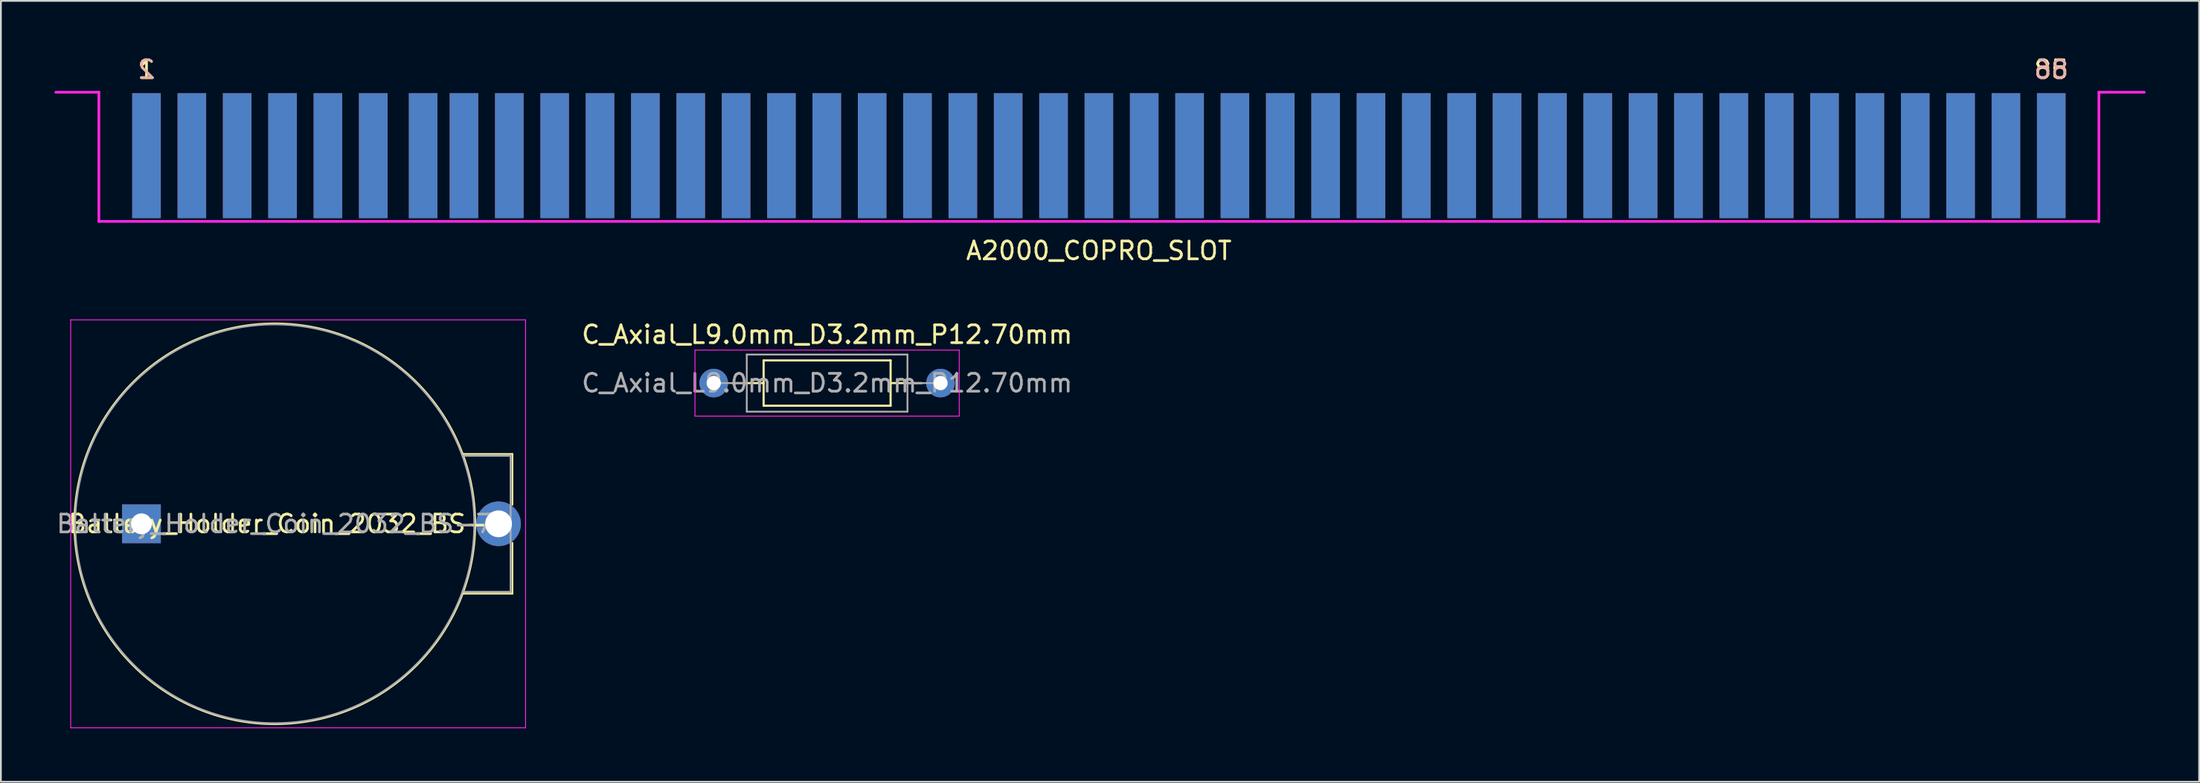
<source format=kicad_pcb>
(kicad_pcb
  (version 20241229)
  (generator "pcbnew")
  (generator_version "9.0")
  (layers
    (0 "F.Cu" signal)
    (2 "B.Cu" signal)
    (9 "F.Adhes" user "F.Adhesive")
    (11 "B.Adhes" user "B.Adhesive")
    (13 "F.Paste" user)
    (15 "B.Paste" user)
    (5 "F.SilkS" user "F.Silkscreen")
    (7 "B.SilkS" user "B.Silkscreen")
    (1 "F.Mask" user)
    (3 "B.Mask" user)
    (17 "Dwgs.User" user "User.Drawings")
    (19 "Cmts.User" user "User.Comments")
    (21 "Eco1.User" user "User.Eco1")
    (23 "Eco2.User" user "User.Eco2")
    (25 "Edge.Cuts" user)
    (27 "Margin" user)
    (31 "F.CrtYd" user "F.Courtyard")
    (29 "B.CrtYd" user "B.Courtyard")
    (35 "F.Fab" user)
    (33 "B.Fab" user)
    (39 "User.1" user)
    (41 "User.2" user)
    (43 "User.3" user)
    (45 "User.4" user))
  (footprint "Battery_Holder_Coin_2032_BS-7"
    (layer "F.Cu")
    (at 4.872 26.303)
    (property "Reference" "Battery_Holder_Coin_2032_BS-7" (at 8.128 0 0) (layer "F.SilkS") (effects (font (size 1 1) (thickness 0.15))))
    (attr through_hole)
    (fp_line (start 18.034 -3.912) (end 20.777 -3.912) (stroke (width 0.1) (type solid)) (layer "F.SilkS"))
    (fp_line (start 18.034 3.912) (end 20.777 3.912) (stroke (width 0.1) (type solid)) (layer "F.SilkS"))
    (fp_line (start 20.777 -3.912) (end 20.777 -1.067) (stroke (width 0.1) (type solid)) (layer "F.SilkS"))
    (fp_line (start 20.777 3.912) (end 20.777 1.067) (stroke (width 0.1) (type solid)) (layer "F.SilkS"))
    (fp_circle (center 7.468 0) (end -3.759 0) (stroke (width 0.1) (type solid)) (fill no) (layer "F.SilkS"))
    (fp_line (start -3.962 -11.43) (end -3.962 11.43) (stroke (width 0.05) (type solid)) (layer "F.CrtYd"))
    (fp_line (start -3.962 -11.43) (end 21.514 -11.43) (stroke (width 0.05) (type solid)) (layer "F.CrtYd"))
    (fp_line (start -3.962 11.43) (end 21.514 11.43) (stroke (width 0.05) (type solid)) (layer "F.CrtYd"))
    (fp_line (start 21.514 -11.43) (end 21.514 11.43) (stroke (width 0.05) (type solid)) (layer "F.CrtYd"))
    (fp_line (start 17.983 -3.81) (end 20.676 -3.81) (stroke (width 0.1) (type solid)) (layer "F.Fab"))
    (fp_line (start 17.983 3.81) (end 20.676 3.81) (stroke (width 0.1) (type solid)) (layer "F.Fab"))
    (fp_line (start 20.676 -3.81) (end 20.676 3.81) (stroke (width 0.1) (type solid)) (layer "F.Fab"))
    (fp_circle (center 7.468 0) (end -3.708 0) (stroke (width 0.1) (type solid)) (fill no) (layer "F.Fab"))
    (fp_text user "${REFERENCE}" (at 7.468 0 0) (layer "F.Fab") (effects (font (size 1 1) (thickness 0.15))))
    (pad "1" thru_hole circle (at 20 0) (size 2.5 2.5) (drill 1.5) (layers "*.Cu" "*.Mask"))
    (pad "2" thru_hole rect (at 0 0) (size 2.17 2.17) (drill 1.17) (layers "*.Cu" "*.Mask")))
  (footprint "A2000_COPRO_SLOT"
    (layer "F.Cu")
    (at 25.475 10.5)
    (property "Reference" "A2000_COPRO_SLOT" (at 33.02 0.5 0) (layer "F.SilkS") (effects (font (size 1 1) (thickness 0.15))))
    (attr through_hole)
    (fp_line (start -22.987 -8.382) (end -25.4 -8.382) (stroke (width 0.15) (type solid)) (layer "F.CrtYd"))
    (fp_line (start -22.987 -1.143) (end -22.987 -8.382) (stroke (width 0.15) (type solid)) (layer "F.CrtYd"))
    (fp_line (start 89.027 -8.382) (end 89.027 -1.143) (stroke (width 0.15) (type solid)) (layer "F.CrtYd"))
    (fp_line (start 89.027 -8.382) (end 91.567 -8.382) (stroke (width 0.15) (type solid)) (layer "F.CrtYd"))
    (fp_line (start 89.027 -1.143) (end -22.987 -1.143) (stroke (width 0.15) (type solid)) (layer "F.CrtYd"))
    (fp_text user "85" (at 86.36 -9.652 0) (layer "F.SilkS") (effects (font (size 1 1) (thickness 0.15))))
    (fp_text user "1" (at -20.32 -9.652 0) (layer "F.SilkS") (effects (font (size 1 1) (thickness 0.15))))
    (fp_text user "86" (at 86.36 -9.652 0) (layer "B.SilkS") (effects (font (size 1 1) (thickness 0.15)) (justify mirror)))
    (fp_text user "2" (at -20.32 -9.652 0) (layer "B.SilkS") (effects (font (size 1 1) (thickness 0.15)) (justify mirror)))
    (pad "" smd rect (at 33.02 -4.699) (size 112.014 7.239) (layers "*.Mask"))
    (pad "1" smd rect (at -20.32 -4.826) (size 1.6 7) (layers "F.Cu" "F.Mask" "F.Paste"))
    (pad "2" smd rect (at -20.32 -4.826) (size 1.6 7) (layers "B.Cu" "B.Mask" "B.Paste"))
    (pad "3" smd rect (at -17.78 -4.826) (size 1.6 7) (layers "F.Cu" "F.Mask" "F.Paste"))
    (pad "4" smd rect (at -17.78 -4.826) (size 1.6 7) (layers "B.Cu" "B.Mask" "B.Paste"))
    (pad "5" smd rect (at -15.24 -4.826) (size 1.6 7) (layers "F.Cu" "F.Mask" "F.Paste"))
    (pad "6" smd rect (at -15.24 -4.826) (size 1.6 7) (layers "B.Cu" "B.Mask" "B.Paste"))
    (pad "7" smd rect (at -12.7 -4.826) (size 1.6 7) (layers "F.Cu" "F.Mask" "F.Paste"))
    (pad "8" smd rect (at -12.7 -4.826) (size 1.6 7) (layers "B.Cu" "B.Mask" "B.Paste"))
    (pad "9" smd rect (at -10.16 -4.826) (size 1.6 7) (layers "F.Cu" "F.Mask" "F.Paste"))
    (pad "10" smd rect (at -10.16 -4.826) (size 1.6 7) (layers "B.Cu" "B.Mask" "B.Paste"))
    (pad "11" smd rect (at -7.62 -4.826) (size 1.6 7) (layers "F.Cu" "F.Mask" "F.Paste"))
    (pad "12" smd rect (at -7.62 -4.826) (size 1.6 7) (layers "B.Cu" "B.Mask" "B.Paste"))
    (pad "13" smd rect (at -4.826 -4.826) (size 1.6 7) (layers "F.Cu" "F.Mask" "F.Paste"))
    (pad "14" smd rect (at -4.826 -4.826) (size 1.6 7) (layers "B.Cu" "B.Mask" "B.Paste"))
    (pad "15" smd rect (at -2.54 -4.826) (size 1.6 7) (layers "F.Cu" "F.Mask" "F.Paste"))
    (pad "16" smd rect (at -2.54 -4.826) (size 1.6 7) (layers "B.Cu" "B.Mask" "B.Paste"))
    (pad "17" smd rect (at 0 -4.826) (size 1.6 7) (layers "F.Cu" "F.Mask" "F.Paste"))
    (pad "18" smd rect (at 0 -4.826) (size 1.6 7) (layers "B.Cu" "B.Mask" "B.Paste"))
    (pad "19" smd rect (at 2.54 -4.826) (size 1.6 7) (layers "F.Cu" "F.Mask" "F.Paste"))
    (pad "20" smd rect (at 2.54 -4.826) (size 1.6 7) (layers "B.Cu" "B.Mask" "B.Paste"))
    (pad "21" smd rect (at 5.08 -4.826) (size 1.6 7) (layers "F.Cu" "F.Mask" "F.Paste"))
    (pad "22" smd rect (at 5.08 -4.826) (size 1.6 7) (layers "B.Cu" "B.Mask" "B.Paste"))
    (pad "23" smd rect (at 7.62 -4.826) (size 1.6 7) (layers "F.Cu" "F.Mask" "F.Paste"))
    (pad "24" smd rect (at 7.62 -4.826) (size 1.6 7) (layers "B.Cu" "B.Mask" "B.Paste"))
    (pad "25" smd rect (at 10.16 -4.826) (size 1.6 7) (layers "F.Cu" "F.Mask" "F.Paste"))
    (pad "26" smd rect (at 10.16 -4.826) (size 1.6 7) (layers "B.Cu" "B.Mask" "B.Paste"))
    (pad "27" smd rect (at 12.7 -4.826) (size 1.6 7) (layers "F.Cu" "F.Mask" "F.Paste"))
    (pad "28" smd rect (at 12.7 -4.826) (size 1.6 7) (layers "B.Cu" "B.Mask" "B.Paste"))
    (pad "29" smd rect (at 15.24 -4.826) (size 1.6 7) (layers "F.Cu" "F.Mask" "F.Paste"))
    (pad "30" smd rect (at 15.24 -4.826) (size 1.6 7) (layers "B.Cu" "B.Mask" "B.Paste"))
    (pad "31" smd rect (at 17.78 -4.826) (size 1.6 7) (layers "F.Cu" "F.Mask" "F.Paste"))
    (pad "32" smd rect (at 17.78 -4.826) (size 1.6 7) (layers "B.Cu" "B.Mask" "B.Paste"))
    (pad "33" smd rect (at 20.32 -4.826) (size 1.6 7) (layers "F.Cu" "F.Mask" "F.Paste"))
    (pad "34" smd rect (at 20.32 -4.826) (size 1.6 7) (layers "B.Cu" "B.Mask" "B.Paste"))
    (pad "35" smd rect (at 22.86 -4.826) (size 1.6 7) (layers "F.Cu" "F.Mask" "F.Paste"))
    (pad "36" smd rect (at 22.86 -4.826) (size 1.6 7) (layers "B.Cu" "B.Mask" "B.Paste"))
    (pad "37" smd rect (at 25.4 -4.826) (size 1.6 7) (layers "F.Cu" "F.Mask" "F.Paste"))
    (pad "38" smd rect (at 25.4 -4.826) (size 1.6 7) (layers "B.Cu" "B.Mask" "B.Paste"))
    (pad "39" smd rect (at 27.94 -4.826) (size 1.6 7) (layers "F.Cu" "F.Mask" "F.Paste"))
    (pad "40" smd rect (at 27.94 -4.826) (size 1.6 7) (layers "B.Cu" "B.Mask" "B.Paste"))
    (pad "41" smd rect (at 30.48 -4.826) (size 1.6 7) (layers "F.Cu" "F.Mask" "F.Paste"))
    (pad "42" smd rect (at 30.48 -4.826) (size 1.6 7) (layers "B.Cu" "B.Mask" "B.Paste"))
    (pad "43" smd rect (at 33.02 -4.826) (size 1.6 7) (layers "F.Cu" "F.Mask" "F.Paste"))
    (pad "44" smd rect (at 33.02 -4.826) (size 1.6 7) (layers "B.Cu" "B.Mask" "B.Paste"))
    (pad "45" smd rect (at 35.56 -4.826) (size 1.6 7) (layers "F.Cu" "F.Mask" "F.Paste"))
    (pad "46" smd rect (at 35.56 -4.826) (size 1.6 7) (layers "B.Cu" "B.Mask" "B.Paste"))
    (pad "47" smd rect (at 38.1 -4.826) (size 1.6 7) (layers "F.Cu" "F.Mask" "F.Paste"))
    (pad "48" smd rect (at 38.1 -4.826) (size 1.6 7) (layers "B.Cu" "B.Mask" "B.Paste"))
    (pad "49" smd rect (at 40.64 -4.826) (size 1.6 7) (layers "F.Cu" "F.Mask" "F.Paste"))
    (pad "50" smd rect (at 40.64 -4.826) (size 1.6 7) (layers "B.Cu" "B.Mask" "B.Paste"))
    (pad "51" smd rect (at 43.18 -4.826) (size 1.6 7) (layers "F.Cu" "F.Mask" "F.Paste"))
    (pad "52" smd rect (at 43.18 -4.826) (size 1.6 7) (layers "B.Cu" "B.Mask" "B.Paste"))
    (pad "53" smd rect (at 45.72 -4.826) (size 1.6 7) (layers "F.Cu" "F.Mask" "F.Paste"))
    (pad "54" smd rect (at 45.72 -4.826) (size 1.6 7) (layers "B.Cu" "B.Mask" "B.Paste"))
    (pad "55" smd rect (at 48.26 -4.826) (size 1.6 7) (layers "F.Cu" "F.Mask" "F.Paste"))
    (pad "56" smd rect (at 48.26 -4.826) (size 1.6 7) (layers "B.Cu" "B.Mask" "B.Paste"))
    (pad "57" smd rect (at 50.8 -4.826) (size 1.6 7) (layers "F.Cu" "F.Mask" "F.Paste"))
    (pad "58" smd rect (at 50.8 -4.826) (size 1.6 7) (layers "B.Cu" "B.Mask" "B.Paste"))
    (pad "59" smd rect (at 53.34 -4.826) (size 1.6 7) (layers "F.Cu" "F.Mask" "F.Paste"))
    (pad "60" smd rect (at 53.34 -4.826) (size 1.6 7) (layers "B.Cu" "B.Mask" "B.Paste"))
    (pad "61" smd rect (at 55.88 -4.826) (size 1.6 7) (layers "F.Cu" "F.Mask" "F.Paste"))
    (pad "62" smd rect (at 55.88 -4.826) (size 1.6 7) (layers "B.Cu" "B.Mask" "B.Paste"))
    (pad "63" smd rect (at 58.42 -4.826) (size 1.6 7) (layers "F.Cu" "F.Mask" "F.Paste"))
    (pad "64" smd rect (at 58.42 -4.826) (size 1.6 7) (layers "B.Cu" "B.Mask" "B.Paste"))
    (pad "65" smd rect (at 60.96 -4.826) (size 1.6 7) (layers "F.Cu" "F.Mask" "F.Paste"))
    (pad "66" smd rect (at 60.96 -4.826) (size 1.6 7) (layers "B.Cu" "B.Mask" "B.Paste"))
    (pad "67" smd rect (at 63.5 -4.826) (size 1.6 7) (layers "F.Cu" "F.Mask" "F.Paste"))
    (pad "68" smd rect (at 63.5 -4.826) (size 1.6 7) (layers "B.Cu" "B.Mask" "B.Paste"))
    (pad "69" smd rect (at 66.04 -4.826) (size 1.6 7) (layers "F.Cu" "F.Mask" "F.Paste"))
    (pad "70" smd rect (at 66.04 -4.826) (size 1.6 7) (layers "B.Cu" "B.Mask" "B.Paste"))
    (pad "71" smd rect (at 68.58 -4.826) (size 1.6 7) (layers "F.Cu" "F.Mask" "F.Paste"))
    (pad "72" smd rect (at 68.58 -4.826) (size 1.6 7) (layers "B.Cu" "B.Mask" "B.Paste"))
    (pad "73" smd rect (at 71.12 -4.826) (size 1.6 7) (layers "F.Cu" "F.Mask" "F.Paste"))
    (pad "74" smd rect (at 71.12 -4.826) (size 1.6 7) (layers "B.Cu" "B.Mask" "B.Paste"))
    (pad "75" smd rect (at 73.66 -4.826) (size 1.6 7) (layers "F.Cu" "F.Mask" "F.Paste"))
    (pad "76" smd rect (at 73.66 -4.826) (size 1.6 7) (layers "B.Cu" "B.Mask" "B.Paste"))
    (pad "77" smd rect (at 76.2 -4.826) (size 1.6 7) (layers "F.Cu" "F.Mask" "F.Paste"))
    (pad "78" smd rect (at 76.2 -4.826) (size 1.6 7) (layers "B.Cu" "B.Mask" "B.Paste"))
    (pad "79" smd rect (at 78.74 -4.826) (size 1.6 7) (layers "F.Cu" "F.Mask" "F.Paste"))
    (pad "80" smd rect (at 78.74 -4.826) (size 1.6 7) (layers "B.Cu" "B.Mask" "B.Paste"))
    (pad "81" smd rect (at 81.28 -4.826) (size 1.6 7) (layers "F.Cu" "F.Mask" "F.Paste"))
    (pad "82" smd rect (at 81.28 -4.826) (size 1.6 7) (layers "B.Cu" "B.Mask" "B.Paste"))
    (pad "83" smd rect (at 83.82 -4.826) (size 1.6 7) (layers "F.Cu" "F.Mask" "F.Paste"))
    (pad "84" smd rect (at 83.82 -4.826) (size 1.6 7) (layers "B.Cu" "B.Mask" "B.Paste"))
    (pad "85" smd rect (at 86.36 -4.826) (size 1.6 7) (layers "F.Cu" "F.Mask" "F.Paste"))
    (pad "86" smd rect (at 86.36 -4.826) (size 1.6 7) (layers "B.Cu" "B.Mask" "B.Paste")))
  (footprint "C_Axial_L9.0mm_D3.2mm_P12.70mm"
    (layer "F.Cu")
    (at 36.924 18.417)
    (property "Reference" "C_Axial_L9.0mm_D3.2mm_P12.70mm" (at 6.35 -2.72 0) (layer "F.SilkS") (effects (font (size 1 1) (thickness 0.15))))
    (attr through_hole)
    (fp_line (start 1.04 0) (end 2.794 0) (stroke (width 0.12) (type solid)) (layer "F.SilkS"))
    (fp_line (start 2.794 -1.27) (end 2.794 1.27) (stroke (width 0.12) (type solid)) (layer "F.SilkS"))
    (fp_line (start 2.794 1.27) (end 9.906 1.27) (stroke (width 0.12) (type solid)) (layer "F.SilkS"))
    (fp_line (start 9.906 -1.27) (end 2.794 -1.27) (stroke (width 0.12) (type solid)) (layer "F.SilkS"))
    (fp_line (start 9.906 1.27) (end 9.906 -1.27) (stroke (width 0.12) (type solid)) (layer "F.SilkS"))
    (fp_line (start 11.66 0) (end 9.906 0) (stroke (width 0.12) (type solid)) (layer "F.SilkS"))
    (fp_line (start -1.05 -1.85) (end -1.05 1.85) (stroke (width 0.05) (type solid)) (layer "F.CrtYd"))
    (fp_line (start -1.05 1.85) (end 13.75 1.85) (stroke (width 0.05) (type solid)) (layer "F.CrtYd"))
    (fp_line (start 13.75 -1.85) (end -1.05 -1.85) (stroke (width 0.05) (type solid)) (layer "F.CrtYd"))
    (fp_line (start 13.75 1.85) (end 13.75 -1.85) (stroke (width 0.05) (type solid)) (layer "F.CrtYd"))
    (fp_line (start 0 0) (end 1.85 0) (stroke (width 0.1) (type solid)) (layer "F.Fab"))
    (fp_line (start 1.85 -1.6) (end 1.85 1.6) (stroke (width 0.1) (type solid)) (layer "F.Fab"))
    (fp_line (start 1.85 1.6) (end 10.85 1.6) (stroke (width 0.1) (type solid)) (layer "F.Fab"))
    (fp_line (start 10.85 -1.6) (end 1.85 -1.6) (stroke (width 0.1) (type solid)) (layer "F.Fab"))
    (fp_line (start 10.85 1.6) (end 10.85 -1.6) (stroke (width 0.1) (type solid)) (layer "F.Fab"))
    (fp_line (start 12.7 0) (end 10.85 0) (stroke (width 0.1) (type solid)) (layer "F.Fab"))
    (fp_text user "${REFERENCE}" (at 6.35 0 0) (layer "F.Fab") (effects (font (size 1 1) (thickness 0.15))))
    (pad "1" thru_hole circle (at 0 0) (size 1.6 1.6) (drill 0.8) (layers "*.Cu" "*.Mask"))
    (pad "2" thru_hole oval (at 12.7 0) (size 1.6 1.6) (drill 0.8) (layers "*.Cu" "*.Mask")))
  (gr_rect
    (start -3 -3)
    (end 120.117 40.758)
    (stroke (width 0.1) (type default))
    (fill no)
    (layer "Edge.Cuts")))
</source>
